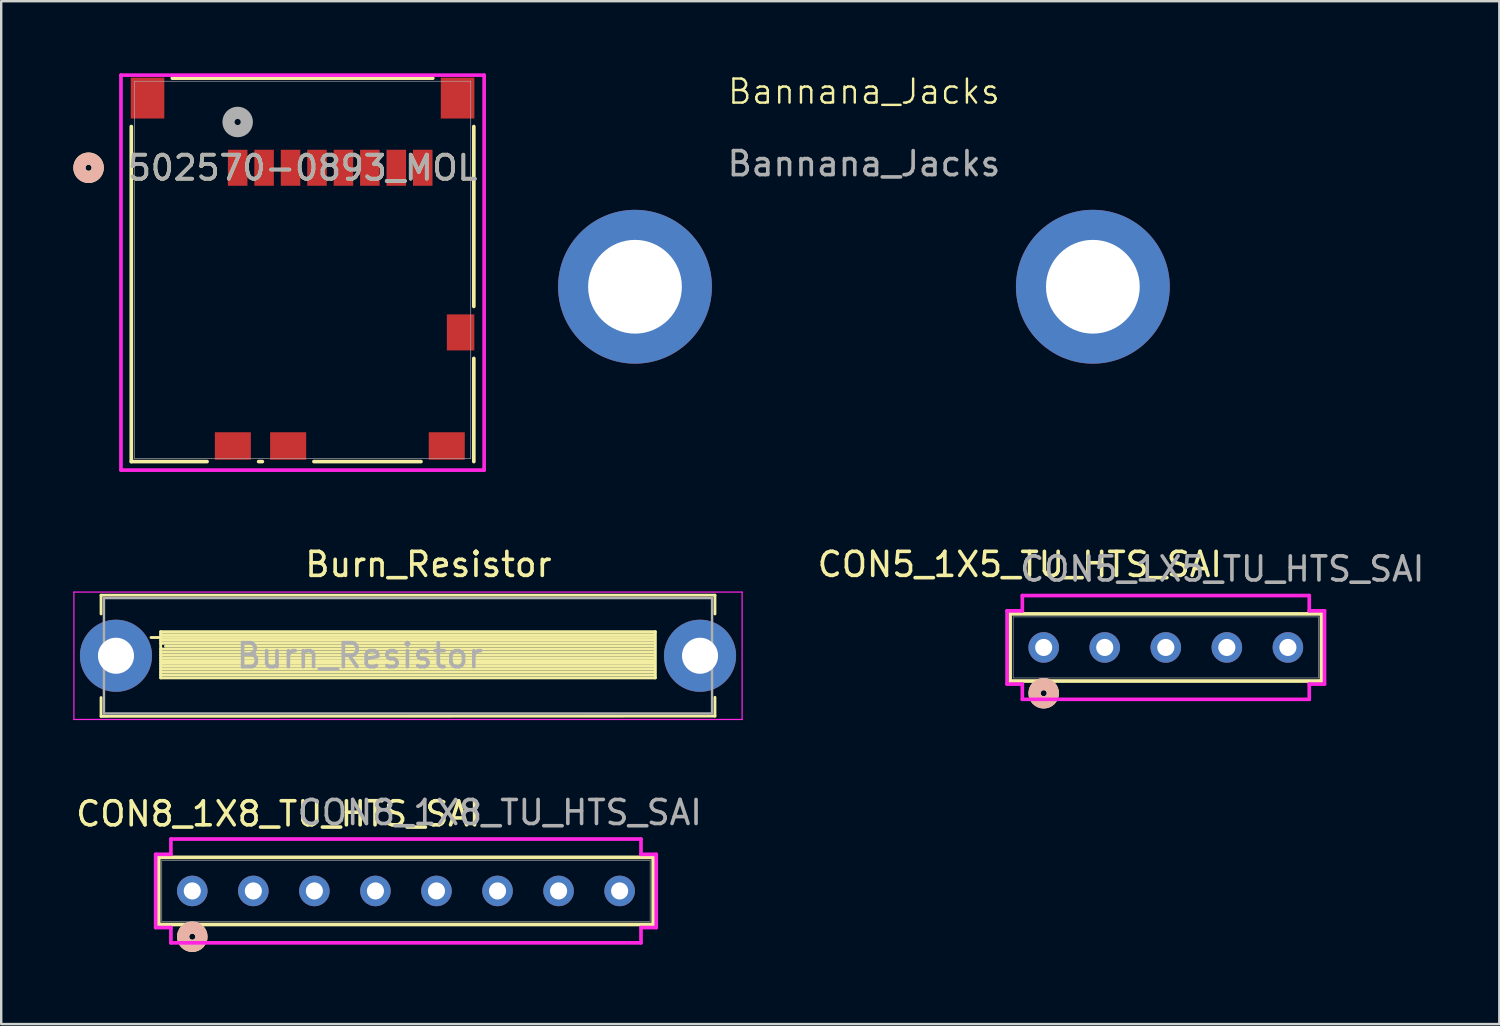
<source format=kicad_pcb>
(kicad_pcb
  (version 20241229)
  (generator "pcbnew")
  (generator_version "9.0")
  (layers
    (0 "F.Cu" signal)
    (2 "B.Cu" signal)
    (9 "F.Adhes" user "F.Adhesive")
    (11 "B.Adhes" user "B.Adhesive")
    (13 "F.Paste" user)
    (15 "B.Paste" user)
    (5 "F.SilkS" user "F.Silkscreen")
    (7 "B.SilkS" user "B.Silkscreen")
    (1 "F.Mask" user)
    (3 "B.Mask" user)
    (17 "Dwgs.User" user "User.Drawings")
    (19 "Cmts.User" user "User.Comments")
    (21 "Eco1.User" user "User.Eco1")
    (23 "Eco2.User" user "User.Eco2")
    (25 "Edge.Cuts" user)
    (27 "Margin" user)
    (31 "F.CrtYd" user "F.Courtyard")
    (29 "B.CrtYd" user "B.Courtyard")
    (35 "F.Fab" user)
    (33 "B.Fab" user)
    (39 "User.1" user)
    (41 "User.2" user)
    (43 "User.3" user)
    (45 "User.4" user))
  (footprint "Bannana_Jacks"
    (layer "F.Cu")
    (at 32.894 1.26)
    (property "Reference" "Bannana_Jacks" (at 0 -0.5 0) (unlocked yes) (layer "F.SilkS") (effects (font (size 1 1) (thickness 0.1))))
    (attr through_hole)
    (fp_text user "${REFERENCE}" (at 0 2.5 0) (unlocked yes) (layer "F.Fab") (effects (font (size 1 1) (thickness 0.15))))
    (pad "1" thru_hole circle (at -9.525 7.62) (size 6.4 6.4) (drill 3.9) (layers "*.Cu" "*.Mask"))
    (pad "2" thru_hole circle (at 9.525 7.62) (size 6.4 6.4) (drill 3.9) (layers "*.Cu" "*.Mask")))
  (footprint "502570-0893_MOL"
    (layer "F.Cu")
    (at 9.538 8.179)
    (property "Reference" "502570-0893_MOL" (at 0 -4.249 0) (unlocked yes) (layer "F.SilkS") (effects (font (size 1 1) (thickness 0.15))))
    (attr smd)
    (fp_line (start -7.125 -5.965) (end -7.125 7.976) (stroke (width 0.152) (type solid)) (layer "F.SilkS"))
    (fp_line (start -7.125 7.976) (end -3.973 7.976) (stroke (width 0.152) (type solid)) (layer "F.SilkS"))
    (fp_line (start -1.827 7.976) (end -1.673 7.976) (stroke (width 0.152) (type solid)) (layer "F.SilkS"))
    (fp_line (start 0.473 7.976) (end 4.927 7.976) (stroke (width 0.152) (type solid)) (layer "F.SilkS"))
    (fp_line (start 5.419 -7.976) (end -5.419 -7.976) (stroke (width 0.152) (type solid)) (layer "F.SilkS"))
    (fp_line (start 7.125 1.519) (end 7.125 -5.965) (stroke (width 0.152) (type solid)) (layer "F.SilkS"))
    (fp_line (start 7.125 7.976) (end 7.125 3.683) (stroke (width 0.152) (type solid)) (layer "F.SilkS"))
    (fp_circle (center -8.903 -4.249) (end -8.522 -4.249) (stroke (width 0.508) (type solid)) (fill no) (layer "F.SilkS"))
    (fp_circle (center -8.903 -4.249) (end -8.522 -4.249) (stroke (width 0.508) (type solid)) (fill no) (layer "B.SilkS"))
    (fp_line (start -7.555 -8.103) (end -7.555 8.33) (stroke (width 0.152) (type solid)) (layer "F.CrtYd"))
    (fp_line (start -7.555 8.33) (end 7.555 8.33) (stroke (width 0.152) (type solid)) (layer "F.CrtYd"))
    (fp_line (start 7.555 -8.103) (end -7.555 -8.103) (stroke (width 0.152) (type solid)) (layer "F.CrtYd"))
    (fp_line (start 7.555 8.33) (end 7.555 -8.103) (stroke (width 0.152) (type solid)) (layer "F.CrtYd"))
    (fp_line (start -6.998 -7.849) (end -6.998 7.849) (stroke (width 0.025) (type solid)) (layer "F.Fab"))
    (fp_line (start -6.998 7.849) (end 6.998 7.849) (stroke (width 0.025) (type solid)) (layer "F.Fab"))
    (fp_line (start 6.998 -7.849) (end -6.998 -7.849) (stroke (width 0.025) (type solid)) (layer "F.Fab"))
    (fp_line (start 6.998 7.849) (end 6.998 -7.849) (stroke (width 0.025) (type solid)) (layer "F.Fab"))
    (fp_circle (center -2.7 -6.154) (end -2.319 -6.154) (stroke (width 0.508) (type solid)) (fill no) (layer "F.Fab"))
    (fp_text user "${REFERENCE}" (at 0 -4.249 0) (unlocked yes) (layer "F.Fab") (effects (font (size 1 1) (thickness 0.15))))
    (pad "1" smd rect (at -2.7 -4.249) (size 0.813 1.499) (layers "F.Cu" "F.Mask" "F.Paste"))
    (pad "2" smd rect (at -1.6 -4.249) (size 0.813 1.499) (layers "F.Cu" "F.Mask" "F.Paste"))
    (pad "3" smd rect (at -0.5 -4.249) (size 0.813 1.499) (layers "F.Cu" "F.Mask" "F.Paste"))
    (pad "4" smd rect (at 0.6 -4.249) (size 0.813 1.499) (layers "F.Cu" "F.Mask" "F.Paste"))
    (pad "5" smd rect (at 1.7 -4.249) (size 0.813 1.499) (layers "F.Cu" "F.Mask" "F.Paste"))
    (pad "6" smd rect (at 2.8 -4.249) (size 0.813 1.499) (layers "F.Cu" "F.Mask" "F.Paste"))
    (pad "7" smd rect (at 3.9 -4.249) (size 0.813 1.499) (layers "F.Cu" "F.Mask" "F.Paste"))
    (pad "8" smd rect (at 5 -4.249) (size 0.813 1.499) (layers "F.Cu" "F.Mask" "F.Paste"))
    (pad "9" smd rect (at 6.575 2.601 90) (size 1.499 1.143) (layers "F.Cu" "F.Mask" "F.Paste"))
    (pad "10" smd rect (at -0.6 7.326 90) (size 1.143 1.499) (layers "F.Cu" "F.Mask" "F.Paste"))
    (pad "11" smd rect (at -6.45 -7.149 90) (size 1.702 1.397) (layers "F.Cu" "F.Mask" "F.Paste"))
    (pad "12" smd rect (at 6.45 -7.149 90) (size 1.702 1.397) (layers "F.Cu" "F.Mask" "F.Paste"))
    (pad "13" smd rect (at -2.9 7.326 90) (size 1.143 1.499) (layers "F.Cu" "F.Mask" "F.Paste"))
    (pad "14" smd rect (at 6 7.326) (size 1.499 1.143) (layers "F.Cu" "F.Mask" "F.Paste")))
  (footprint "CON8_1X8_TU_HTS_SAI"
    (layer "F.Cu")
    (at 13.84 34.018)
    (property "Reference" "CON8_1X8_TU_HTS_SAI" (at -5.311 -3.207 0) (unlocked yes) (layer "F.SilkS") (effects (font (size 1 1) (thickness 0.15))))
    (attr through_hole)
    (fp_line (start -10.287 -1.397) (end -10.287 1.397) (stroke (width 0.152) (type solid)) (layer "F.SilkS"))
    (fp_line (start -10.287 1.397) (end 10.287 1.397) (stroke (width 0.152) (type solid)) (layer "F.SilkS"))
    (fp_line (start 10.287 -1.397) (end -10.287 -1.397) (stroke (width 0.152) (type solid)) (layer "F.SilkS"))
    (fp_line (start 10.287 1.397) (end 10.287 -1.397) (stroke (width 0.152) (type solid)) (layer "F.SilkS"))
    (fp_circle (center -8.89 1.905) (end -8.509 1.905) (stroke (width 0.508) (type solid)) (fill no) (layer "F.SilkS"))
    (fp_circle (center -8.89 1.905) (end -8.509 1.905) (stroke (width 0.508) (type solid)) (fill no) (layer "B.SilkS"))
    (fp_line (start -10.414 -1.524) (end -10.414 1.524) (stroke (width 0.152) (type solid)) (layer "F.CrtYd"))
    (fp_line (start -10.414 1.524) (end -9.779 1.524) (stroke (width 0.152) (type solid)) (layer "F.CrtYd"))
    (fp_line (start -9.779 -2.159) (end -9.779 -1.524) (stroke (width 0.152) (type solid)) (layer "F.CrtYd"))
    (fp_line (start -9.779 -1.524) (end -10.414 -1.524) (stroke (width 0.152) (type solid)) (layer "F.CrtYd"))
    (fp_line (start -9.779 1.524) (end -9.779 2.159) (stroke (width 0.152) (type solid)) (layer "F.CrtYd"))
    (fp_line (start -9.779 2.159) (end 9.779 2.159) (stroke (width 0.152) (type solid)) (layer "F.CrtYd"))
    (fp_line (start 9.779 -2.159) (end -9.779 -2.159) (stroke (width 0.152) (type solid)) (layer "F.CrtYd"))
    (fp_line (start 9.779 -1.524) (end 9.779 -2.159) (stroke (width 0.152) (type solid)) (layer "F.CrtYd"))
    (fp_line (start 9.779 1.524) (end 10.414 1.524) (stroke (width 0.152) (type solid)) (layer "F.CrtYd"))
    (fp_line (start 9.779 2.159) (end 9.779 1.524) (stroke (width 0.152) (type solid)) (layer "F.CrtYd"))
    (fp_line (start 10.414 -1.524) (end 9.779 -1.524) (stroke (width 0.152) (type solid)) (layer "F.CrtYd"))
    (fp_line (start 10.414 1.524) (end 10.414 -1.524) (stroke (width 0.152) (type solid)) (layer "F.CrtYd"))
    (fp_line (start -10.16 -1.27) (end -10.16 1.27) (stroke (width 0.025) (type solid)) (layer "F.Fab"))
    (fp_line (start -10.16 1.27) (end 10.16 1.27) (stroke (width 0.025) (type solid)) (layer "F.Fab"))
    (fp_line (start 10.16 -1.27) (end -10.16 -1.27) (stroke (width 0.025) (type solid)) (layer "F.Fab"))
    (fp_line (start 10.16 1.27) (end 10.16 -1.27) (stroke (width 0.025) (type solid)) (layer "F.Fab"))
    (fp_circle (center -8.89 0) (end -8.636 0) (stroke (width 0.025) (type solid)) (fill no) (layer "F.Fab"))
    (fp_text user "${REFERENCE}" (at 3.902 -3.262 0) (unlocked yes) (layer "F.Fab") (effects (font (size 1 1) (thickness 0.15))))
    (pad "1" thru_hole circle (at -8.89 0 90) (size 1.27 1.27) (drill 0.711) (layers "*.Cu" "*.Mask"))
    (pad "2" thru_hole circle (at -6.35 0 90) (size 1.27 1.27) (drill 0.711) (layers "*.Cu" "*.Mask"))
    (pad "3" thru_hole circle (at -3.81 0 90) (size 1.27 1.27) (drill 0.711) (layers "*.Cu" "*.Mask"))
    (pad "4" thru_hole circle (at -1.27 0 90) (size 1.27 1.27) (drill 0.711) (layers "*.Cu" "*.Mask"))
    (pad "5" thru_hole circle (at 1.27 0 90) (size 1.27 1.27) (drill 0.711) (layers "*.Cu" "*.Mask"))
    (pad "6" thru_hole circle (at 3.81 0 90) (size 1.27 1.27) (drill 0.711) (layers "*.Cu" "*.Mask"))
    (pad "7" thru_hole circle (at 6.35 0 90) (size 1.27 1.27) (drill 0.711) (layers "*.Cu" "*.Mask"))
    (pad "8" thru_hole circle (at 8.89 0 90) (size 1.27 1.27) (drill 0.711) (layers "*.Cu" "*.Mask")))
  (footprint "Burn_Resistor"
    (layer "F.Cu")
    (at 1.775 24.233)
    (property "Reference" "Burn_Resistor" (at 13 -3.8 0) (layer "F.SilkS") (effects (font (size 1 1) (thickness 0.15))))
    (attr through_hole)
    (fp_line (start -0.62 -2.52) (end 24.92 -2.52) (stroke (width 0.12) (type solid)) (layer "F.SilkS"))
    (fp_line (start -0.62 -1.74) (end -0.62 -2.52) (stroke (width 0.12) (type solid)) (layer "F.SilkS"))
    (fp_line (start -0.62 1.74) (end -0.62 2.52) (stroke (width 0.12) (type solid)) (layer "F.SilkS"))
    (fp_line (start -0.62 2.52) (end 24.92 2.51) (stroke (width 0.12) (type solid)) (layer "F.SilkS"))
    (fp_line (start 1.46 -0.76) (end 22.4 -0.76) (stroke (width 0.12) (type solid)) (layer "F.SilkS"))
    (fp_line (start 1.86 -1) (end 1.86 0.92) (stroke (width 0.12) (type solid)) (layer "F.SilkS"))
    (fp_line (start 1.86 -1) (end 22.44 -1) (stroke (width 0.12) (type solid)) (layer "F.SilkS"))
    (fp_line (start 1.86 -0.88) (end 22.4 -0.88) (stroke (width 0.12) (type solid)) (layer "F.SilkS"))
    (fp_line (start 1.86 -0.64) (end 22.4 -0.64) (stroke (width 0.12) (type solid)) (layer "F.SilkS"))
    (fp_line (start 1.86 -0.52) (end 22.4 -0.52) (stroke (width 0.12) (type solid)) (layer "F.SilkS"))
    (fp_line (start 1.86 -0.28) (end 22.4 -0.28) (stroke (width 0.12) (type solid)) (layer "F.SilkS"))
    (fp_line (start 1.86 -0.16) (end 22.4 -0.16) (stroke (width 0.12) (type solid)) (layer "F.SilkS"))
    (fp_line (start 1.86 -0.04) (end 22.4 -0.04) (stroke (width 0.12) (type solid)) (layer "F.SilkS"))
    (fp_line (start 1.86 0.08) (end 22.4 0.08) (stroke (width 0.12) (type solid)) (layer "F.SilkS"))
    (fp_line (start 1.86 0.2) (end 22.4 0.2) (stroke (width 0.12) (type solid)) (layer "F.SilkS"))
    (fp_line (start 1.86 0.32) (end 22.4 0.32) (stroke (width 0.12) (type solid)) (layer "F.SilkS"))
    (fp_line (start 1.86 0.44) (end 22.4 0.44) (stroke (width 0.12) (type solid)) (layer "F.SilkS"))
    (fp_line (start 1.86 0.56) (end 22.4 0.56) (stroke (width 0.12) (type solid)) (layer "F.SilkS"))
    (fp_line (start 1.86 0.68) (end 22.4 0.68) (stroke (width 0.12) (type solid)) (layer "F.SilkS"))
    (fp_line (start 1.86 0.8) (end 22.4 0.8) (stroke (width 0.12) (type solid)) (layer "F.SilkS"))
    (fp_line (start 1.86 0.92) (end 22.44 0.92) (stroke (width 0.12) (type solid)) (layer "F.SilkS"))
    (fp_line (start 2.06 -0.4) (end 22.4 -0.4) (stroke (width 0.12) (type solid)) (layer "F.SilkS"))
    (fp_line (start 22.44 -1) (end 22.44 0.92) (stroke (width 0.12) (type solid)) (layer "F.SilkS"))
    (fp_line (start 24.92 -2.52) (end 24.92 -1.74) (stroke (width 0.12) (type solid)) (layer "F.SilkS"))
    (fp_line (start 24.92 2.51) (end 24.92 1.73) (stroke (width 0.12) (type solid)) (layer "F.SilkS"))
    (fp_line (start -1.75 -2.65) (end -1.75 2.65) (stroke (width 0.05) (type solid)) (layer "F.CrtYd"))
    (fp_line (start -1.75 2.65) (end 26.05 2.65) (stroke (width 0.05) (type solid)) (layer "F.CrtYd"))
    (fp_line (start 26.05 -2.65) (end -1.75 -2.65) (stroke (width 0.05) (type solid)) (layer "F.CrtYd"))
    (fp_line (start 26.05 2.65) (end 26.05 -2.65) (stroke (width 0.05) (type solid)) (layer "F.CrtYd"))
    (fp_line (start -0.5 -2.4) (end -0.5 2.4) (stroke (width 0.1) (type solid)) (layer "F.Fab"))
    (fp_line (start -0.5 2.4) (end 24.8 2.4) (stroke (width 0.1) (type solid)) (layer "F.Fab"))
    (fp_line (start 24.8 -2.4) (end -0.5 -2.4) (stroke (width 0.1) (type solid)) (layer "F.Fab"))
    (fp_line (start 24.8 2.4) (end 24.8 -2.4) (stroke (width 0.1) (type solid)) (layer "F.Fab"))
    (fp_text user "${REFERENCE}" (at 10.15 0 0) (layer "F.Fab") (effects (font (size 1 1) (thickness 0.15))))
    (pad "1" thru_hole circle (at 0 0) (size 3 3) (drill 1.5) (layers "*.Cu" "*.Mask"))
    (pad "2" thru_hole oval (at 24.3 0) (size 3 3) (drill 1.5) (layers "*.Cu" "*.Mask")))
  (footprint "CON5_1X5_TU_HTS_SAI"
    (layer "F.Cu")
    (at 45.453 23.887)
    (property "Reference" "CON5_1X5_TU_HTS_SAI" (at -6.074 -3.454 0) (unlocked yes) (layer "F.SilkS") (effects (font (size 1 1) (thickness 0.15))))
    (attr through_hole)
    (fp_line (start -6.477 -1.397) (end -6.477 1.397) (stroke (width 0.152) (type solid)) (layer "F.SilkS"))
    (fp_line (start -6.477 1.397) (end 6.477 1.397) (stroke (width 0.152) (type solid)) (layer "F.SilkS"))
    (fp_line (start 6.477 -1.397) (end -6.477 -1.397) (stroke (width 0.152) (type solid)) (layer "F.SilkS"))
    (fp_line (start 6.477 1.397) (end 6.477 -1.397) (stroke (width 0.152) (type solid)) (layer "F.SilkS"))
    (fp_circle (center -5.08 1.905) (end -4.699 1.905) (stroke (width 0.508) (type solid)) (fill no) (layer "F.SilkS"))
    (fp_circle (center -5.08 1.905) (end -4.699 1.905) (stroke (width 0.508) (type solid)) (fill no) (layer "B.SilkS"))
    (fp_line (start -6.604 -1.524) (end -6.604 1.524) (stroke (width 0.152) (type solid)) (layer "F.CrtYd"))
    (fp_line (start -6.604 1.524) (end -5.969 1.524) (stroke (width 0.152) (type solid)) (layer "F.CrtYd"))
    (fp_line (start -5.969 -2.159) (end -5.969 -1.524) (stroke (width 0.152) (type solid)) (layer "F.CrtYd"))
    (fp_line (start -5.969 -1.524) (end -6.604 -1.524) (stroke (width 0.152) (type solid)) (layer "F.CrtYd"))
    (fp_line (start -5.969 1.524) (end -5.969 2.159) (stroke (width 0.152) (type solid)) (layer "F.CrtYd"))
    (fp_line (start -5.969 2.159) (end 5.969 2.159) (stroke (width 0.152) (type solid)) (layer "F.CrtYd"))
    (fp_line (start 5.969 -2.159) (end -5.969 -2.159) (stroke (width 0.152) (type solid)) (layer "F.CrtYd"))
    (fp_line (start 5.969 -1.524) (end 5.969 -2.159) (stroke (width 0.152) (type solid)) (layer "F.CrtYd"))
    (fp_line (start 5.969 1.524) (end 6.604 1.524) (stroke (width 0.152) (type solid)) (layer "F.CrtYd"))
    (fp_line (start 5.969 2.159) (end 5.969 1.524) (stroke (width 0.152) (type solid)) (layer "F.CrtYd"))
    (fp_line (start 6.604 -1.524) (end 5.969 -1.524) (stroke (width 0.152) (type solid)) (layer "F.CrtYd"))
    (fp_line (start 6.604 1.524) (end 6.604 -1.524) (stroke (width 0.152) (type solid)) (layer "F.CrtYd"))
    (fp_line (start -6.35 -1.27) (end -6.35 1.27) (stroke (width 0.025) (type solid)) (layer "F.Fab"))
    (fp_line (start -6.35 1.27) (end 6.35 1.27) (stroke (width 0.025) (type solid)) (layer "F.Fab"))
    (fp_line (start 6.35 -1.27) (end -6.35 -1.27) (stroke (width 0.025) (type solid)) (layer "F.Fab"))
    (fp_line (start 6.35 1.27) (end 6.35 -1.27) (stroke (width 0.025) (type solid)) (layer "F.Fab"))
    (fp_circle (center -5.08 0) (end -4.826 0) (stroke (width 0.025) (type solid)) (fill no) (layer "F.Fab"))
    (fp_text user "${REFERENCE}" (at 2.347 -3.264 0) (unlocked yes) (layer "F.Fab") (effects (font (size 1 1) (thickness 0.15))))
    (pad "1" thru_hole circle (at -5.08 0 90) (size 1.27 1.27) (drill 0.711) (layers "*.Cu" "*.Mask"))
    (pad "2" thru_hole circle (at -2.54 0 90) (size 1.27 1.27) (drill 0.711) (layers "*.Cu" "*.Mask"))
    (pad "3" thru_hole circle (at 0 0 90) (size 1.27 1.27) (drill 0.711) (layers "*.Cu" "*.Mask"))
    (pad "4" thru_hole circle (at 2.54 0 90) (size 1.27 1.27) (drill 0.711) (layers "*.Cu" "*.Mask"))
    (pad "5" thru_hole circle (at 5.08 0 90) (size 1.27 1.27) (drill 0.711) (layers "*.Cu" "*.Mask")))
  (gr_rect
    (start -3 -3)
    (end 59.33 39.558)
    (stroke (width 0.1) (type default))
    (fill no)
    (layer "Edge.Cuts")))
</source>
